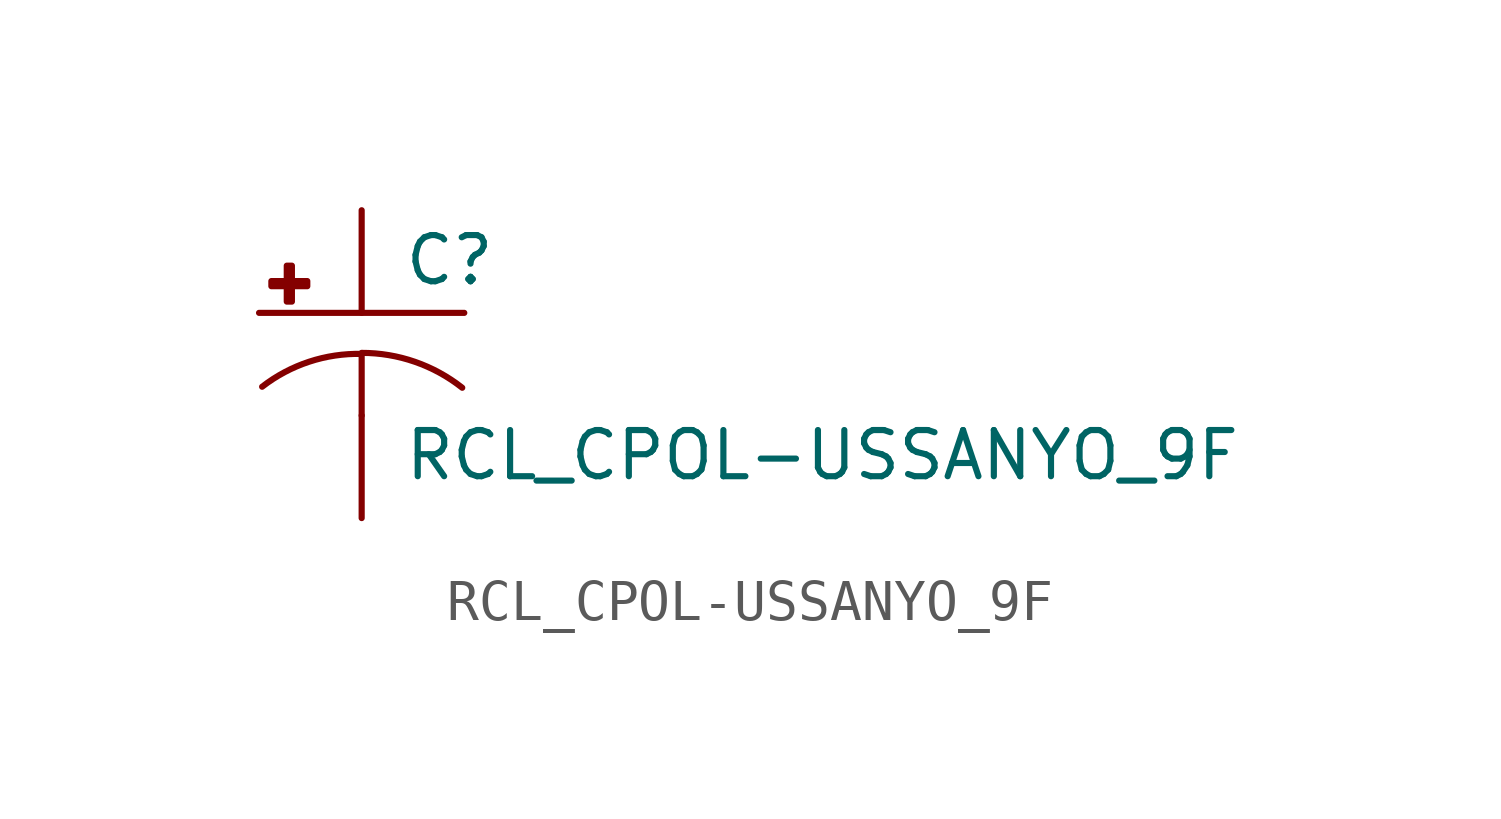
<source format=kicad_sym>
(kicad_symbol_lib
  (version 20210619)
  (generator kicad_symbol_editor)
  (symbol "RCL_CPOL-USSANYO_9F"
    (pin_numbers hide)
    (pin_names
      (offset 1.016) hide)
    (property "Reference" "C"
      (at 1.016 0.635 0)
      (effects (font (size 1.143 1.143)) (justify left bottom)))
    (property "Value" "RCL_CPOL-USSANYO_9F"
      (at 1.016 -4.191 0)
      (effects (font (size 1.143 1.143)) (justify left bottom)))
    (property "ki_locked" ""
      (at 0 0 0)
      (effects (font (size 1.27 1.27))))
    (symbol "RCL_CPOL-USSANYO_9F_1_0"
      (polyline (pts (xy -2.54 0) (xy 2.54 0)) (stroke (width 0)) (fill (type none)))
      (polyline (pts (xy 0 -1.016) (xy 0 -2.54)) (stroke (width 0)) (fill (type none)))
      (polyline (pts (xy 0 -1.016) (xy 0 -1.016)) (stroke (width 0)) (fill (type none))))
    (symbol "RCL_CPOL-USSANYO_9F_1_1"
      (arc (start 0 -1.016) (end -2.4638 -1.8288) (radius (at 0 -5.0546) (length 4.0386) (angles 90.1 127.3)) (stroke (width 0)) (fill (type none)))
      (arc (start 2.4892 -1.8542) (end 0 -0.9906) (radius (at 0 -5.0292) (length 4.0386) (angles 52.3 89.9)) (stroke (width 0)) (fill (type none)))
      (rectangle (start -2.235 0.66) (end -1.346 0.787) (stroke (width 0)) (fill (type outline)))
      (rectangle (start -1.854 0.279) (end -1.727 1.168) (stroke (width 0)) (fill (type outline)))
      (pin passive line (at 0 2.54 270) (length 2.54) (name "+" (effects (font (size 1.016 1.016)))) (number "+" (effects (font (size 1.016 1.016)))))
      (pin passive line (at 0 -5.08 90) (length 2.54) (name "-" (effects (font (size 1.016 1.016)))) (number "-" (effects (font (size 1.016 1.016))))))))
</source>
